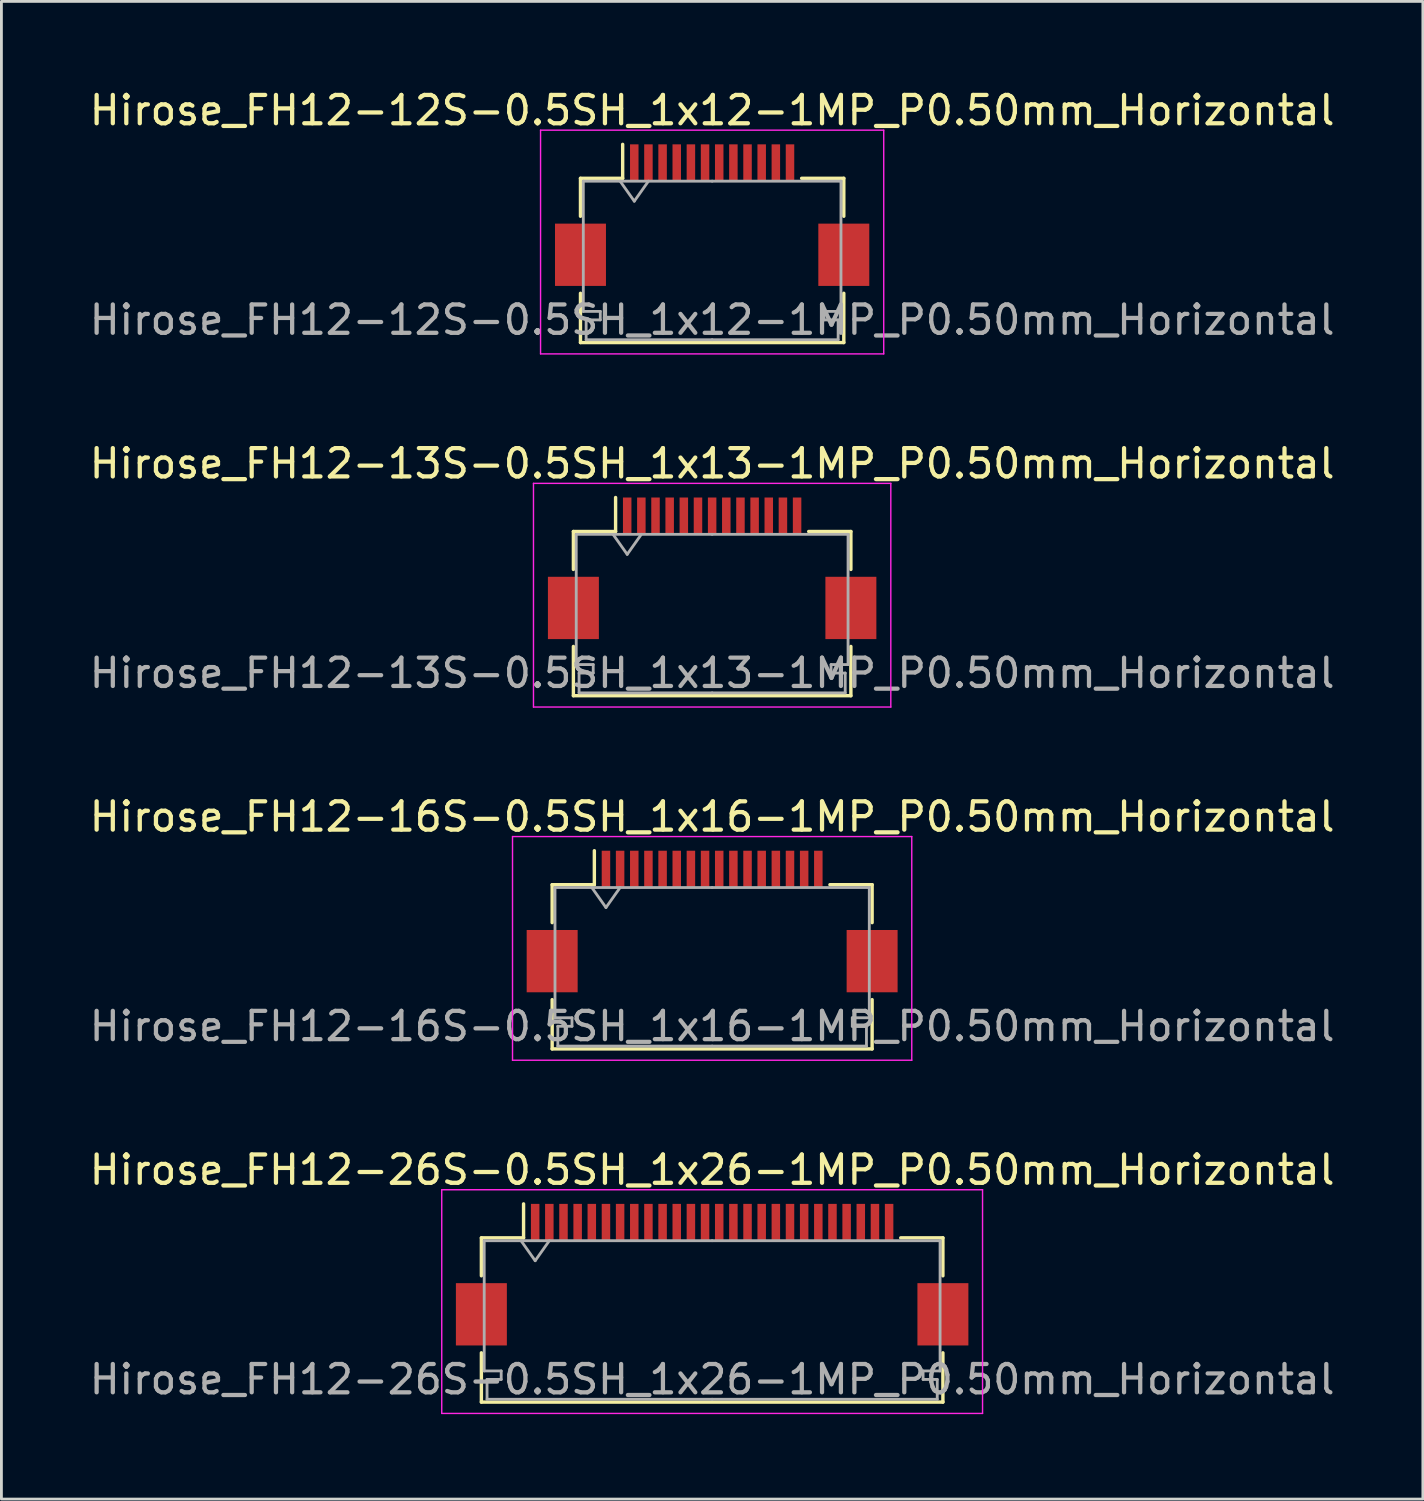
<source format=kicad_pcb>
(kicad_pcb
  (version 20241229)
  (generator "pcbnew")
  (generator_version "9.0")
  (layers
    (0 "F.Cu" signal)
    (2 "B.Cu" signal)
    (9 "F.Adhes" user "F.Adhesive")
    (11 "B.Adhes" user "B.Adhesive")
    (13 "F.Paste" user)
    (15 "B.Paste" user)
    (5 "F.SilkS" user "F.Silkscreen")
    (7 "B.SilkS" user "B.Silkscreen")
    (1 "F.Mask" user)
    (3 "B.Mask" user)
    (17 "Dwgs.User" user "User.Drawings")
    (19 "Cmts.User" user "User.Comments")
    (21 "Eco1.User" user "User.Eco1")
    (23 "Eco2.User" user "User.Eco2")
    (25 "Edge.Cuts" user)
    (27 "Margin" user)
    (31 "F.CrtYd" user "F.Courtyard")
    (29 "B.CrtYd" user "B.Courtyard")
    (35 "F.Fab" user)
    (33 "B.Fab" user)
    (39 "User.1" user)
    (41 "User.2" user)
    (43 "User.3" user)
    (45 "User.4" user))
  (footprint "Hirose_FH12-12S-0.5SH_1x12-1MP_P0.50mm_Horizontal"
    (layer "F.Cu")
    (at 22.101 4.548)
    (property "Reference" "Hirose_FH12-12S-0.5SH_1x12-1MP_P0.50mm_Horizontal" (at 0 -3.7 0) (layer "F.SilkS") (effects (font (size 1 1) (thickness 0.15))))
    (attr smd)
    (fp_line (start -4.65 -1.3) (end -4.65 0.04) (stroke (width 0.12) (type solid)) (layer "F.SilkS"))
    (fp_line (start -4.65 2.76) (end -4.65 4.5) (stroke (width 0.12) (type solid)) (layer "F.SilkS"))
    (fp_line (start -4.65 4.5) (end 4.65 4.5) (stroke (width 0.12) (type solid)) (layer "F.SilkS"))
    (fp_line (start -3.16 -1.3) (end -4.65 -1.3) (stroke (width 0.12) (type solid)) (layer "F.SilkS"))
    (fp_line (start -3.16 -1.3) (end -3.16 -2.5) (stroke (width 0.12) (type solid)) (layer "F.SilkS"))
    (fp_line (start 3.16 -1.3) (end 4.65 -1.3) (stroke (width 0.12) (type solid)) (layer "F.SilkS"))
    (fp_line (start 4.65 -1.3) (end 4.65 0.04) (stroke (width 0.12) (type solid)) (layer "F.SilkS"))
    (fp_line (start 4.65 4.5) (end 4.65 2.76) (stroke (width 0.12) (type solid)) (layer "F.SilkS"))
    (fp_line (start -6.06 -3) (end -6.06 4.9) (stroke (width 0.05) (type solid)) (layer "F.CrtYd"))
    (fp_line (start -6.06 4.9) (end 6.06 4.9) (stroke (width 0.05) (type solid)) (layer "F.CrtYd"))
    (fp_line (start 6.06 -3) (end -6.06 -3) (stroke (width 0.05) (type solid)) (layer "F.CrtYd"))
    (fp_line (start 6.06 4.9) (end 6.06 -3) (stroke (width 0.05) (type solid)) (layer "F.CrtYd"))
    (fp_line (start -4.55 -1.2) (end -4.55 3.4) (stroke (width 0.1) (type solid)) (layer "F.Fab"))
    (fp_line (start -4.55 3.4) (end -3.95 3.4) (stroke (width 0.1) (type solid)) (layer "F.Fab"))
    (fp_line (start -4.45 3.7) (end -4.45 4.4) (stroke (width 0.1) (type solid)) (layer "F.Fab"))
    (fp_line (start -4.45 4.4) (end 0 4.4) (stroke (width 0.1) (type solid)) (layer "F.Fab"))
    (fp_line (start -3.95 3.4) (end -3.95 3.7) (stroke (width 0.1) (type solid)) (layer "F.Fab"))
    (fp_line (start -3.95 3.7) (end -4.45 3.7) (stroke (width 0.1) (type solid)) (layer "F.Fab"))
    (fp_line (start -3.25 -1.2) (end -2.75 -0.493) (stroke (width 0.1) (type solid)) (layer "F.Fab"))
    (fp_line (start -2.75 -0.493) (end -2.25 -1.2) (stroke (width 0.1) (type solid)) (layer "F.Fab"))
    (fp_line (start 0 -1.2) (end -4.55 -1.2) (stroke (width 0.1) (type solid)) (layer "F.Fab"))
    (fp_line (start 0 -1.2) (end 4.55 -1.2) (stroke (width 0.1) (type solid)) (layer "F.Fab"))
    (fp_line (start 3.95 3.4) (end 3.95 3.7) (stroke (width 0.1) (type solid)) (layer "F.Fab"))
    (fp_line (start 3.95 3.7) (end 4.45 3.7) (stroke (width 0.1) (type solid)) (layer "F.Fab"))
    (fp_line (start 4.45 3.7) (end 4.45 4.4) (stroke (width 0.1) (type solid)) (layer "F.Fab"))
    (fp_line (start 4.45 4.4) (end 0 4.4) (stroke (width 0.1) (type solid)) (layer "F.Fab"))
    (fp_line (start 4.55 -1.2) (end 4.55 3.4) (stroke (width 0.1) (type solid)) (layer "F.Fab"))
    (fp_line (start 4.55 3.4) (end 3.95 3.4) (stroke (width 0.1) (type solid)) (layer "F.Fab"))
    (fp_text user "${REFERENCE}" (at 0 3.7 0) (layer "F.Fab") (effects (font (size 1 1) (thickness 0.15))))
    (pad "1" smd rect (at -2.75 -1.85) (size 0.3 1.3) (layers "F.Cu" "F.Mask" "F.Paste"))
    (pad "2" smd rect (at -2.25 -1.85) (size 0.3 1.3) (layers "F.Cu" "F.Mask" "F.Paste"))
    (pad "3" smd rect (at -1.75 -1.85) (size 0.3 1.3) (layers "F.Cu" "F.Mask" "F.Paste"))
    (pad "4" smd rect (at -1.25 -1.85) (size 0.3 1.3) (layers "F.Cu" "F.Mask" "F.Paste"))
    (pad "5" smd rect (at -0.75 -1.85) (size 0.3 1.3) (layers "F.Cu" "F.Mask" "F.Paste"))
    (pad "6" smd rect (at -0.25 -1.85) (size 0.3 1.3) (layers "F.Cu" "F.Mask" "F.Paste"))
    (pad "7" smd rect (at 0.25 -1.85) (size 0.3 1.3) (layers "F.Cu" "F.Mask" "F.Paste"))
    (pad "8" smd rect (at 0.75 -1.85) (size 0.3 1.3) (layers "F.Cu" "F.Mask" "F.Paste"))
    (pad "9" smd rect (at 1.25 -1.85) (size 0.3 1.3) (layers "F.Cu" "F.Mask" "F.Paste"))
    (pad "10" smd rect (at 1.75 -1.85) (size 0.3 1.3) (layers "F.Cu" "F.Mask" "F.Paste"))
    (pad "11" smd rect (at 2.25 -1.85) (size 0.3 1.3) (layers "F.Cu" "F.Mask" "F.Paste"))
    (pad "12" smd rect (at 2.75 -1.85) (size 0.3 1.3) (layers "F.Cu" "F.Mask" "F.Paste"))
    (pad "MP" smd rect (at -4.65 1.4) (size 1.8 2.2) (layers "F.Cu" "F.Mask" "F.Paste"))
    (pad "MP" smd rect (at 4.65 1.4) (size 1.8 2.2) (layers "F.Cu" "F.Mask" "F.Paste")))
  (footprint "Hirose_FH12-16S-0.5SH_1x16-1MP_P0.50mm_Horizontal"
    (layer "F.Cu")
    (at 22.101 29.495)
    (property "Reference" "Hirose_FH12-16S-0.5SH_1x16-1MP_P0.50mm_Horizontal" (at 0 -3.7 0) (layer "F.SilkS") (effects (font (size 1 1) (thickness 0.15))))
    (attr smd)
    (fp_line (start -5.65 -1.3) (end -5.65 0.04) (stroke (width 0.12) (type solid)) (layer "F.SilkS"))
    (fp_line (start -5.65 2.76) (end -5.65 4.5) (stroke (width 0.12) (type solid)) (layer "F.SilkS"))
    (fp_line (start -5.65 4.5) (end 5.65 4.5) (stroke (width 0.12) (type solid)) (layer "F.SilkS"))
    (fp_line (start -4.16 -1.3) (end -5.65 -1.3) (stroke (width 0.12) (type solid)) (layer "F.SilkS"))
    (fp_line (start -4.16 -1.3) (end -4.16 -2.5) (stroke (width 0.12) (type solid)) (layer "F.SilkS"))
    (fp_line (start 4.16 -1.3) (end 5.65 -1.3) (stroke (width 0.12) (type solid)) (layer "F.SilkS"))
    (fp_line (start 5.65 -1.3) (end 5.65 0.04) (stroke (width 0.12) (type solid)) (layer "F.SilkS"))
    (fp_line (start 5.65 4.5) (end 5.65 2.76) (stroke (width 0.12) (type solid)) (layer "F.SilkS"))
    (fp_line (start -7.05 -3) (end -7.05 4.9) (stroke (width 0.05) (type solid)) (layer "F.CrtYd"))
    (fp_line (start -7.05 4.9) (end 7.05 4.9) (stroke (width 0.05) (type solid)) (layer "F.CrtYd"))
    (fp_line (start 7.05 -3) (end -7.05 -3) (stroke (width 0.05) (type solid)) (layer "F.CrtYd"))
    (fp_line (start 7.05 4.9) (end 7.05 -3) (stroke (width 0.05) (type solid)) (layer "F.CrtYd"))
    (fp_line (start -5.55 -1.2) (end -5.55 3.4) (stroke (width 0.1) (type solid)) (layer "F.Fab"))
    (fp_line (start -5.55 3.4) (end -4.95 3.4) (stroke (width 0.1) (type solid)) (layer "F.Fab"))
    (fp_line (start -5.45 3.7) (end -5.45 4.4) (stroke (width 0.1) (type solid)) (layer "F.Fab"))
    (fp_line (start -5.45 4.4) (end 0 4.4) (stroke (width 0.1) (type solid)) (layer "F.Fab"))
    (fp_line (start -4.95 3.4) (end -4.95 3.7) (stroke (width 0.1) (type solid)) (layer "F.Fab"))
    (fp_line (start -4.95 3.7) (end -5.45 3.7) (stroke (width 0.1) (type solid)) (layer "F.Fab"))
    (fp_line (start -4.25 -1.2) (end -3.75 -0.493) (stroke (width 0.1) (type solid)) (layer "F.Fab"))
    (fp_line (start -3.75 -0.493) (end -3.25 -1.2) (stroke (width 0.1) (type solid)) (layer "F.Fab"))
    (fp_line (start 0 -1.2) (end -5.55 -1.2) (stroke (width 0.1) (type solid)) (layer "F.Fab"))
    (fp_line (start 0 -1.2) (end 5.55 -1.2) (stroke (width 0.1) (type solid)) (layer "F.Fab"))
    (fp_line (start 4.95 3.4) (end 4.95 3.7) (stroke (width 0.1) (type solid)) (layer "F.Fab"))
    (fp_line (start 4.95 3.7) (end 5.45 3.7) (stroke (width 0.1) (type solid)) (layer "F.Fab"))
    (fp_line (start 5.45 3.7) (end 5.45 4.4) (stroke (width 0.1) (type solid)) (layer "F.Fab"))
    (fp_line (start 5.45 4.4) (end 0 4.4) (stroke (width 0.1) (type solid)) (layer "F.Fab"))
    (fp_line (start 5.55 -1.2) (end 5.55 3.4) (stroke (width 0.1) (type solid)) (layer "F.Fab"))
    (fp_line (start 5.55 3.4) (end 4.95 3.4) (stroke (width 0.1) (type solid)) (layer "F.Fab"))
    (fp_text user "${REFERENCE}" (at 0 3.7 0) (layer "F.Fab") (effects (font (size 1 1) (thickness 0.15))))
    (pad "1" smd rect (at -3.75 -1.85) (size 0.3 1.3) (layers "F.Cu" "F.Mask" "F.Paste"))
    (pad "2" smd rect (at -3.25 -1.85) (size 0.3 1.3) (layers "F.Cu" "F.Mask" "F.Paste"))
    (pad "3" smd rect (at -2.75 -1.85) (size 0.3 1.3) (layers "F.Cu" "F.Mask" "F.Paste"))
    (pad "4" smd rect (at -2.25 -1.85) (size 0.3 1.3) (layers "F.Cu" "F.Mask" "F.Paste"))
    (pad "5" smd rect (at -1.75 -1.85) (size 0.3 1.3) (layers "F.Cu" "F.Mask" "F.Paste"))
    (pad "6" smd rect (at -1.25 -1.85) (size 0.3 1.3) (layers "F.Cu" "F.Mask" "F.Paste"))
    (pad "7" smd rect (at -0.75 -1.85) (size 0.3 1.3) (layers "F.Cu" "F.Mask" "F.Paste"))
    (pad "8" smd rect (at -0.25 -1.85) (size 0.3 1.3) (layers "F.Cu" "F.Mask" "F.Paste"))
    (pad "9" smd rect (at 0.25 -1.85) (size 0.3 1.3) (layers "F.Cu" "F.Mask" "F.Paste"))
    (pad "10" smd rect (at 0.75 -1.85) (size 0.3 1.3) (layers "F.Cu" "F.Mask" "F.Paste"))
    (pad "11" smd rect (at 1.25 -1.85) (size 0.3 1.3) (layers "F.Cu" "F.Mask" "F.Paste"))
    (pad "12" smd rect (at 1.75 -1.85) (size 0.3 1.3) (layers "F.Cu" "F.Mask" "F.Paste"))
    (pad "13" smd rect (at 2.25 -1.85) (size 0.3 1.3) (layers "F.Cu" "F.Mask" "F.Paste"))
    (pad "14" smd rect (at 2.75 -1.85) (size 0.3 1.3) (layers "F.Cu" "F.Mask" "F.Paste"))
    (pad "15" smd rect (at 3.25 -1.85) (size 0.3 1.3) (layers "F.Cu" "F.Mask" "F.Paste"))
    (pad "16" smd rect (at 3.75 -1.85) (size 0.3 1.3) (layers "F.Cu" "F.Mask" "F.Paste"))
    (pad "MP" smd rect (at -5.65 1.4) (size 1.8 2.2) (layers "F.Cu" "F.Mask" "F.Paste"))
    (pad "MP" smd rect (at 5.65 1.4) (size 1.8 2.2) (layers "F.Cu" "F.Mask" "F.Paste")))
  (footprint "Hirose_FH12-13S-0.5SH_1x13-1MP_P0.50mm_Horizontal"
    (layer "F.Cu")
    (at 22.101 17.021)
    (property "Reference" "Hirose_FH12-13S-0.5SH_1x13-1MP_P0.50mm_Horizontal" (at 0 -3.7 0) (layer "F.SilkS") (effects (font (size 1 1) (thickness 0.15))))
    (attr smd)
    (fp_line (start -4.9 -1.3) (end -4.9 0.04) (stroke (width 0.12) (type solid)) (layer "F.SilkS"))
    (fp_line (start -4.9 2.76) (end -4.9 4.5) (stroke (width 0.12) (type solid)) (layer "F.SilkS"))
    (fp_line (start -4.9 4.5) (end 4.9 4.5) (stroke (width 0.12) (type solid)) (layer "F.SilkS"))
    (fp_line (start -3.41 -1.3) (end -4.9 -1.3) (stroke (width 0.12) (type solid)) (layer "F.SilkS"))
    (fp_line (start -3.41 -1.3) (end -3.41 -2.5) (stroke (width 0.12) (type solid)) (layer "F.SilkS"))
    (fp_line (start 3.41 -1.3) (end 4.9 -1.3) (stroke (width 0.12) (type solid)) (layer "F.SilkS"))
    (fp_line (start 4.9 -1.3) (end 4.9 0.04) (stroke (width 0.12) (type solid)) (layer "F.SilkS"))
    (fp_line (start 4.9 4.5) (end 4.9 2.76) (stroke (width 0.12) (type solid)) (layer "F.SilkS"))
    (fp_line (start -6.31 -3) (end -6.31 4.9) (stroke (width 0.05) (type solid)) (layer "F.CrtYd"))
    (fp_line (start -6.31 4.9) (end 6.31 4.9) (stroke (width 0.05) (type solid)) (layer "F.CrtYd"))
    (fp_line (start 6.31 -3) (end -6.31 -3) (stroke (width 0.05) (type solid)) (layer "F.CrtYd"))
    (fp_line (start 6.31 4.9) (end 6.31 -3) (stroke (width 0.05) (type solid)) (layer "F.CrtYd"))
    (fp_line (start -4.8 -1.2) (end -4.8 3.4) (stroke (width 0.1) (type solid)) (layer "F.Fab"))
    (fp_line (start -4.8 3.4) (end -4.2 3.4) (stroke (width 0.1) (type solid)) (layer "F.Fab"))
    (fp_line (start -4.7 3.7) (end -4.7 4.4) (stroke (width 0.1) (type solid)) (layer "F.Fab"))
    (fp_line (start -4.7 4.4) (end 0 4.4) (stroke (width 0.1) (type solid)) (layer "F.Fab"))
    (fp_line (start -4.2 3.4) (end -4.2 3.7) (stroke (width 0.1) (type solid)) (layer "F.Fab"))
    (fp_line (start -4.2 3.7) (end -4.7 3.7) (stroke (width 0.1) (type solid)) (layer "F.Fab"))
    (fp_line (start -3.5 -1.2) (end -3 -0.493) (stroke (width 0.1) (type solid)) (layer "F.Fab"))
    (fp_line (start -3 -0.493) (end -2.5 -1.2) (stroke (width 0.1) (type solid)) (layer "F.Fab"))
    (fp_line (start 0 -1.2) (end -4.8 -1.2) (stroke (width 0.1) (type solid)) (layer "F.Fab"))
    (fp_line (start 0 -1.2) (end 4.8 -1.2) (stroke (width 0.1) (type solid)) (layer "F.Fab"))
    (fp_line (start 4.2 3.4) (end 4.2 3.7) (stroke (width 0.1) (type solid)) (layer "F.Fab"))
    (fp_line (start 4.2 3.7) (end 4.7 3.7) (stroke (width 0.1) (type solid)) (layer "F.Fab"))
    (fp_line (start 4.7 3.7) (end 4.7 4.4) (stroke (width 0.1) (type solid)) (layer "F.Fab"))
    (fp_line (start 4.7 4.4) (end 0 4.4) (stroke (width 0.1) (type solid)) (layer "F.Fab"))
    (fp_line (start 4.8 -1.2) (end 4.8 3.4) (stroke (width 0.1) (type solid)) (layer "F.Fab"))
    (fp_line (start 4.8 3.4) (end 4.2 3.4) (stroke (width 0.1) (type solid)) (layer "F.Fab"))
    (fp_text user "${REFERENCE}" (at 0 3.7 0) (layer "F.Fab") (effects (font (size 1 1) (thickness 0.15))))
    (pad "1" smd rect (at -3 -1.85) (size 0.3 1.3) (layers "F.Cu" "F.Mask" "F.Paste"))
    (pad "2" smd rect (at -2.5 -1.85) (size 0.3 1.3) (layers "F.Cu" "F.Mask" "F.Paste"))
    (pad "3" smd rect (at -2 -1.85) (size 0.3 1.3) (layers "F.Cu" "F.Mask" "F.Paste"))
    (pad "4" smd rect (at -1.5 -1.85) (size 0.3 1.3) (layers "F.Cu" "F.Mask" "F.Paste"))
    (pad "5" smd rect (at -1 -1.85) (size 0.3 1.3) (layers "F.Cu" "F.Mask" "F.Paste"))
    (pad "6" smd rect (at -0.5 -1.85) (size 0.3 1.3) (layers "F.Cu" "F.Mask" "F.Paste"))
    (pad "7" smd rect (at 0 -1.85) (size 0.3 1.3) (layers "F.Cu" "F.Mask" "F.Paste"))
    (pad "8" smd rect (at 0.5 -1.85) (size 0.3 1.3) (layers "F.Cu" "F.Mask" "F.Paste"))
    (pad "9" smd rect (at 1 -1.85) (size 0.3 1.3) (layers "F.Cu" "F.Mask" "F.Paste"))
    (pad "10" smd rect (at 1.5 -1.85) (size 0.3 1.3) (layers "F.Cu" "F.Mask" "F.Paste"))
    (pad "11" smd rect (at 2 -1.85) (size 0.3 1.3) (layers "F.Cu" "F.Mask" "F.Paste"))
    (pad "12" smd rect (at 2.5 -1.85) (size 0.3 1.3) (layers "F.Cu" "F.Mask" "F.Paste"))
    (pad "13" smd rect (at 3 -1.85) (size 0.3 1.3) (layers "F.Cu" "F.Mask" "F.Paste"))
    (pad "MP" smd rect (at -4.9 1.4) (size 1.8 2.2) (layers "F.Cu" "F.Mask" "F.Paste"))
    (pad "MP" smd rect (at 4.9 1.4) (size 1.8 2.2) (layers "F.Cu" "F.Mask" "F.Paste")))
  (footprint "Hirose_FH12-26S-0.5SH_1x26-1MP_P0.50mm_Horizontal"
    (layer "F.Cu")
    (at 22.101 41.968)
    (property "Reference" "Hirose_FH12-26S-0.5SH_1x26-1MP_P0.50mm_Horizontal" (at 0 -3.7 0) (layer "F.SilkS") (effects (font (size 1 1) (thickness 0.15))))
    (attr smd)
    (fp_line (start -8.15 -1.3) (end -8.15 0.04) (stroke (width 0.12) (type solid)) (layer "F.SilkS"))
    (fp_line (start -8.15 2.76) (end -8.15 4.5) (stroke (width 0.12) (type solid)) (layer "F.SilkS"))
    (fp_line (start -8.15 4.5) (end 8.15 4.5) (stroke (width 0.12) (type solid)) (layer "F.SilkS"))
    (fp_line (start -6.66 -1.3) (end -8.15 -1.3) (stroke (width 0.12) (type solid)) (layer "F.SilkS"))
    (fp_line (start -6.66 -1.3) (end -6.66 -2.5) (stroke (width 0.12) (type solid)) (layer "F.SilkS"))
    (fp_line (start 6.66 -1.3) (end 8.15 -1.3) (stroke (width 0.12) (type solid)) (layer "F.SilkS"))
    (fp_line (start 8.15 -1.3) (end 8.15 0.04) (stroke (width 0.12) (type solid)) (layer "F.SilkS"))
    (fp_line (start 8.15 4.5) (end 8.15 2.76) (stroke (width 0.12) (type solid)) (layer "F.SilkS"))
    (fp_line (start -9.55 -3) (end -9.55 4.9) (stroke (width 0.05) (type solid)) (layer "F.CrtYd"))
    (fp_line (start -9.55 4.9) (end 9.55 4.9) (stroke (width 0.05) (type solid)) (layer "F.CrtYd"))
    (fp_line (start 9.55 -3) (end -9.55 -3) (stroke (width 0.05) (type solid)) (layer "F.CrtYd"))
    (fp_line (start 9.55 4.9) (end 9.55 -3) (stroke (width 0.05) (type solid)) (layer "F.CrtYd"))
    (fp_line (start -8.05 -1.2) (end -8.05 3.4) (stroke (width 0.1) (type solid)) (layer "F.Fab"))
    (fp_line (start -8.05 3.4) (end -7.45 3.4) (stroke (width 0.1) (type solid)) (layer "F.Fab"))
    (fp_line (start -7.95 3.7) (end -7.95 4.4) (stroke (width 0.1) (type solid)) (layer "F.Fab"))
    (fp_line (start -7.95 4.4) (end 0 4.4) (stroke (width 0.1) (type solid)) (layer "F.Fab"))
    (fp_line (start -7.45 3.4) (end -7.45 3.7) (stroke (width 0.1) (type solid)) (layer "F.Fab"))
    (fp_line (start -7.45 3.7) (end -7.95 3.7) (stroke (width 0.1) (type solid)) (layer "F.Fab"))
    (fp_line (start -6.75 -1.2) (end -6.25 -0.493) (stroke (width 0.1) (type solid)) (layer "F.Fab"))
    (fp_line (start -6.25 -0.493) (end -5.75 -1.2) (stroke (width 0.1) (type solid)) (layer "F.Fab"))
    (fp_line (start 0 -1.2) (end -8.05 -1.2) (stroke (width 0.1) (type solid)) (layer "F.Fab"))
    (fp_line (start 0 -1.2) (end 8.05 -1.2) (stroke (width 0.1) (type solid)) (layer "F.Fab"))
    (fp_line (start 7.45 3.4) (end 7.45 3.7) (stroke (width 0.1) (type solid)) (layer "F.Fab"))
    (fp_line (start 7.45 3.7) (end 7.95 3.7) (stroke (width 0.1) (type solid)) (layer "F.Fab"))
    (fp_line (start 7.95 3.7) (end 7.95 4.4) (stroke (width 0.1) (type solid)) (layer "F.Fab"))
    (fp_line (start 7.95 4.4) (end 0 4.4) (stroke (width 0.1) (type solid)) (layer "F.Fab"))
    (fp_line (start 8.05 -1.2) (end 8.05 3.4) (stroke (width 0.1) (type solid)) (layer "F.Fab"))
    (fp_line (start 8.05 3.4) (end 7.45 3.4) (stroke (width 0.1) (type solid)) (layer "F.Fab"))
    (fp_text user "${REFERENCE}" (at 0 3.7 0) (layer "F.Fab") (effects (font (size 1 1) (thickness 0.15))))
    (pad "1" smd rect (at -6.25 -1.85) (size 0.3 1.3) (layers "F.Cu" "F.Mask" "F.Paste"))
    (pad "2" smd rect (at -5.75 -1.85) (size 0.3 1.3) (layers "F.Cu" "F.Mask" "F.Paste"))
    (pad "3" smd rect (at -5.25 -1.85) (size 0.3 1.3) (layers "F.Cu" "F.Mask" "F.Paste"))
    (pad "4" smd rect (at -4.75 -1.85) (size 0.3 1.3) (layers "F.Cu" "F.Mask" "F.Paste"))
    (pad "5" smd rect (at -4.25 -1.85) (size 0.3 1.3) (layers "F.Cu" "F.Mask" "F.Paste"))
    (pad "6" smd rect (at -3.75 -1.85) (size 0.3 1.3) (layers "F.Cu" "F.Mask" "F.Paste"))
    (pad "7" smd rect (at -3.25 -1.85) (size 0.3 1.3) (layers "F.Cu" "F.Mask" "F.Paste"))
    (pad "8" smd rect (at -2.75 -1.85) (size 0.3 1.3) (layers "F.Cu" "F.Mask" "F.Paste"))
    (pad "9" smd rect (at -2.25 -1.85) (size 0.3 1.3) (layers "F.Cu" "F.Mask" "F.Paste"))
    (pad "10" smd rect (at -1.75 -1.85) (size 0.3 1.3) (layers "F.Cu" "F.Mask" "F.Paste"))
    (pad "11" smd rect (at -1.25 -1.85) (size 0.3 1.3) (layers "F.Cu" "F.Mask" "F.Paste"))
    (pad "12" smd rect (at -0.75 -1.85) (size 0.3 1.3) (layers "F.Cu" "F.Mask" "F.Paste"))
    (pad "13" smd rect (at -0.25 -1.85) (size 0.3 1.3) (layers "F.Cu" "F.Mask" "F.Paste"))
    (pad "14" smd rect (at 0.25 -1.85) (size 0.3 1.3) (layers "F.Cu" "F.Mask" "F.Paste"))
    (pad "15" smd rect (at 0.75 -1.85) (size 0.3 1.3) (layers "F.Cu" "F.Mask" "F.Paste"))
    (pad "16" smd rect (at 1.25 -1.85) (size 0.3 1.3) (layers "F.Cu" "F.Mask" "F.Paste"))
    (pad "17" smd rect (at 1.75 -1.85) (size 0.3 1.3) (layers "F.Cu" "F.Mask" "F.Paste"))
    (pad "18" smd rect (at 2.25 -1.85) (size 0.3 1.3) (layers "F.Cu" "F.Mask" "F.Paste"))
    (pad "19" smd rect (at 2.75 -1.85) (size 0.3 1.3) (layers "F.Cu" "F.Mask" "F.Paste"))
    (pad "20" smd rect (at 3.25 -1.85) (size 0.3 1.3) (layers "F.Cu" "F.Mask" "F.Paste"))
    (pad "21" smd rect (at 3.75 -1.85) (size 0.3 1.3) (layers "F.Cu" "F.Mask" "F.Paste"))
    (pad "22" smd rect (at 4.25 -1.85) (size 0.3 1.3) (layers "F.Cu" "F.Mask" "F.Paste"))
    (pad "23" smd rect (at 4.75 -1.85) (size 0.3 1.3) (layers "F.Cu" "F.Mask" "F.Paste"))
    (pad "24" smd rect (at 5.25 -1.85) (size 0.3 1.3) (layers "F.Cu" "F.Mask" "F.Paste"))
    (pad "25" smd rect (at 5.75 -1.85) (size 0.3 1.3) (layers "F.Cu" "F.Mask" "F.Paste"))
    (pad "26" smd rect (at 6.25 -1.85) (size 0.3 1.3) (layers "F.Cu" "F.Mask" "F.Paste"))
    (pad "MP" smd rect (at -8.15 1.4) (size 1.8 2.2) (layers "F.Cu" "F.Mask" "F.Paste"))
    (pad "MP" smd rect (at 8.15 1.4) (size 1.8 2.2) (layers "F.Cu" "F.Mask" "F.Paste")))
  (gr_rect
    (start -3 -3)
    (end 47.202 49.893)
    (stroke (width 0.1) (type default))
    (fill no)
    (layer "Edge.Cuts")))
</source>
